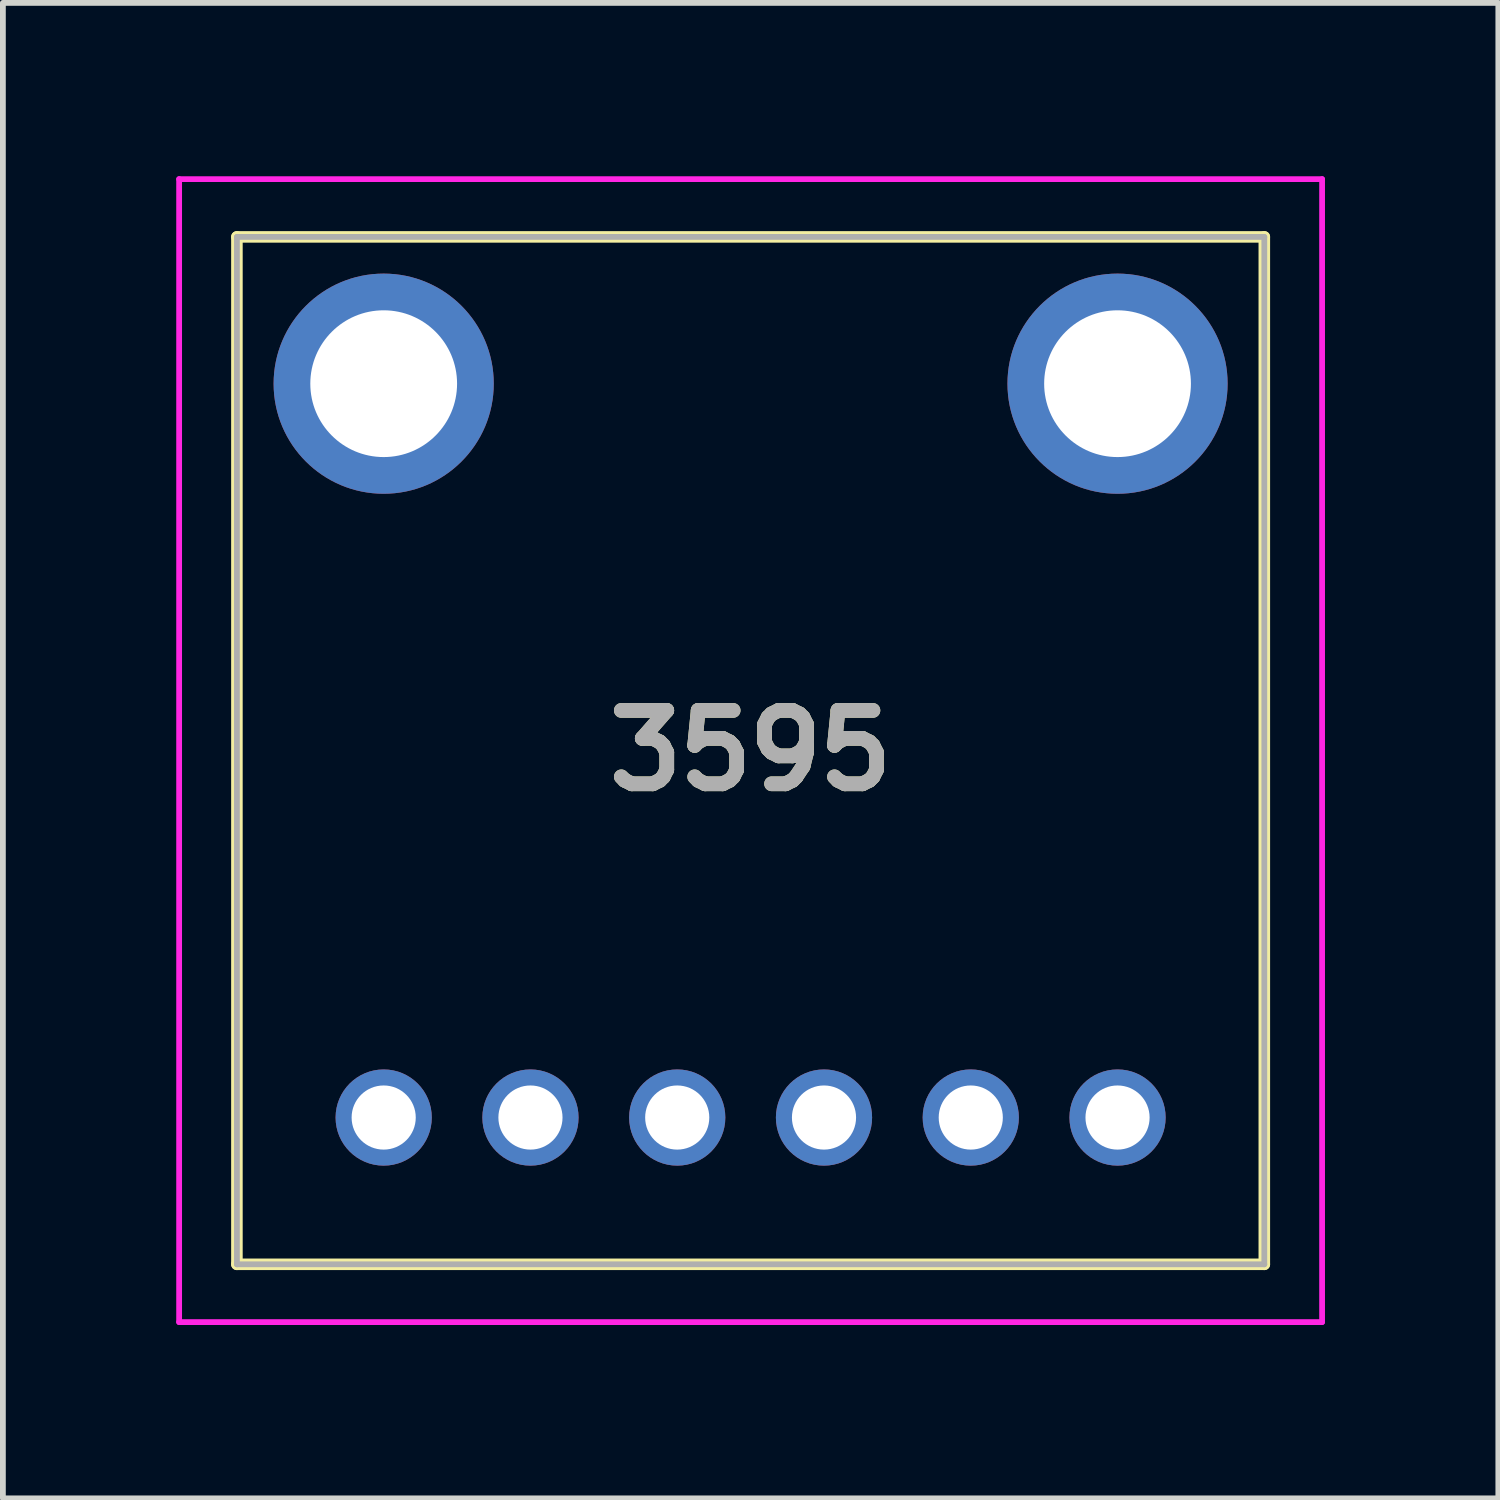
<source format=kicad_pcb>
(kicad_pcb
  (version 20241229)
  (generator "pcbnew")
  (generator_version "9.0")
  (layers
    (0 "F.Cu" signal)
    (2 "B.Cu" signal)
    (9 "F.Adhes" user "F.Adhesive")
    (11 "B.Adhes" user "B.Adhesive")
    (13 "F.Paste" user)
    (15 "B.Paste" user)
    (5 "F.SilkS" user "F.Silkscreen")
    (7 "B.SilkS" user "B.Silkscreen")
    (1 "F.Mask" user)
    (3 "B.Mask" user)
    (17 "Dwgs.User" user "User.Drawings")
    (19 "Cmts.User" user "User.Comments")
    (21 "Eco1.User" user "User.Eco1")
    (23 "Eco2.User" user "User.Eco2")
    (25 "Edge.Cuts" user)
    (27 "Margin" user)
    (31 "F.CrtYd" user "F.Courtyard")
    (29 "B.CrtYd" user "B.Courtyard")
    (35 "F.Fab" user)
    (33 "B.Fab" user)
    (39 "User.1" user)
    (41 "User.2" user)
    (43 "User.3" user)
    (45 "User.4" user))
  (footprint "3595"
    (layer "F.Cu")
    (at 3.59 16.29)
    (property "Reference" "3595" (at 6.35 -6.35 0) (layer "F.SilkS") (effects (font (size 1.27 1.27) (thickness 0.254))))
    (attr through_hole)
    (fp_line (start -2.54 -15.24) (end 15.24 -15.24) (stroke (width 0.2) (type solid)) (layer "F.SilkS"))
    (fp_line (start -2.54 2.54) (end -2.54 -15.24) (stroke (width 0.2) (type solid)) (layer "F.SilkS"))
    (fp_line (start 15.24 -15.24) (end 15.24 2.54) (stroke (width 0.2) (type solid)) (layer "F.SilkS"))
    (fp_line (start 15.24 2.54) (end -2.54 2.54) (stroke (width 0.2) (type solid)) (layer "F.SilkS"))
    (fp_line (start -3.54 -16.24) (end 16.24 -16.24) (stroke (width 0.1) (type solid)) (layer "F.CrtYd"))
    (fp_line (start -3.54 3.54) (end -3.54 -16.24) (stroke (width 0.1) (type solid)) (layer "F.CrtYd"))
    (fp_line (start 16.24 -16.24) (end 16.24 3.54) (stroke (width 0.1) (type solid)) (layer "F.CrtYd"))
    (fp_line (start 16.24 3.54) (end -3.54 3.54) (stroke (width 0.1) (type solid)) (layer "F.CrtYd"))
    (fp_line (start -2.54 -15.24) (end 15.24 -15.24) (stroke (width 0.1) (type solid)) (layer "F.Fab"))
    (fp_line (start -2.54 2.54) (end -2.54 -15.24) (stroke (width 0.1) (type solid)) (layer "F.Fab"))
    (fp_line (start 15.24 -15.24) (end 15.24 2.54) (stroke (width 0.1) (type solid)) (layer "F.Fab"))
    (fp_line (start 15.24 2.54) (end -2.54 2.54) (stroke (width 0.1) (type solid)) (layer "F.Fab"))
    (fp_text user "${REFERENCE}" (at 6.35 -6.35 0) (layer "F.Fab") (effects (font (size 1.27 1.27) (thickness 0.254))))
    (pad "1" thru_hole circle (at 0 0) (size 1.665 1.665) (drill 1.11) (layers "*.Cu" "*.Mask"))
    (pad "2" thru_hole circle (at 2.54 0) (size 1.665 1.665) (drill 1.11) (layers "*.Cu" "*.Mask"))
    (pad "3" thru_hole circle (at 5.08 0) (size 1.665 1.665) (drill 1.11) (layers "*.Cu" "*.Mask"))
    (pad "4" thru_hole circle (at 7.62 0) (size 1.665 1.665) (drill 1.11) (layers "*.Cu" "*.Mask"))
    (pad "5" thru_hole circle (at 10.16 0) (size 1.665 1.665) (drill 1.11) (layers "*.Cu" "*.Mask"))
    (pad "6" thru_hole circle (at 12.7 0) (size 1.665 1.665) (drill 1.11) (layers "*.Cu" "*.Mask"))
    (pad "MH1" thru_hole circle (at 0 -12.7) (size 3.81 3.81) (drill 2.54) (layers "*.Cu" "*.Mask"))
    (pad "MH2" thru_hole circle (at 12.7 -12.7) (size 3.81 3.81) (drill 2.54) (layers "*.Cu" "*.Mask")))
  (gr_rect
    (start -3 -3)
    (end 22.88 22.88)
    (stroke (width 0.1) (type default))
    (fill no)
    (layer "Edge.Cuts")))
</source>
